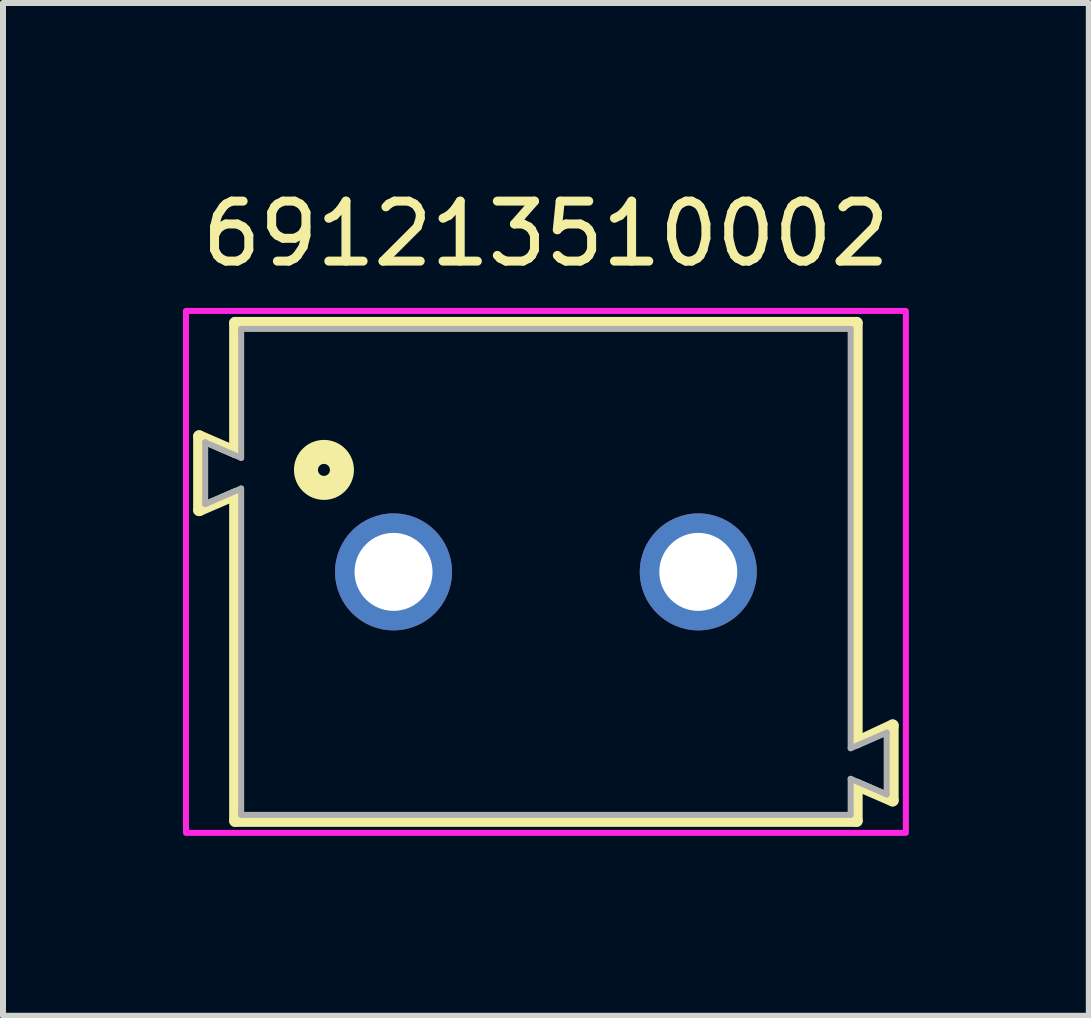
<source format=kicad_pcb>
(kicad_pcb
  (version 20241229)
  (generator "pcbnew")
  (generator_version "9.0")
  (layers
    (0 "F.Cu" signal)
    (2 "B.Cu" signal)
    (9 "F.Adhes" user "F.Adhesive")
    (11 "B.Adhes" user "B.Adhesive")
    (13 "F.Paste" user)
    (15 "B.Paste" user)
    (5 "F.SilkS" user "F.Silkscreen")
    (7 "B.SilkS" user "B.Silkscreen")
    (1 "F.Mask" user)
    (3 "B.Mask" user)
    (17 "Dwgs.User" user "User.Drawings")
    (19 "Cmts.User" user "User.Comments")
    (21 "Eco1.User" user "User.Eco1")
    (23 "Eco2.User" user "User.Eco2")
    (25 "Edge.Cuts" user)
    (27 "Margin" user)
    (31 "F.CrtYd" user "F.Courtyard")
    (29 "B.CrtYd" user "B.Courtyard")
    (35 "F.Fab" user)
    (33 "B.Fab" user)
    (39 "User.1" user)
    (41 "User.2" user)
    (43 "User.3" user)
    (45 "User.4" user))
  (footprint "691213510002"
    (layer "F.Cu")
    (at 6.05 6.483)
    (property "Reference" "691213510002" (at 0 -5.635 0) (layer "F.SilkS") (effects (font (size 1 1) (thickness 0.15))))
    (attr through_hole)
    (fp_line (start -5.78 -2.26) (end -5.18 -2) (stroke (width 0.2) (type solid)) (layer "F.SilkS"))
    (fp_line (start -5.78 -1.03) (end -5.78 -2.26) (stroke (width 0.2) (type solid)) (layer "F.SilkS"))
    (fp_line (start -5.18 -4.15) (end 5.18 -4.15) (stroke (width 0.2) (type solid)) (layer "F.SilkS"))
    (fp_line (start -5.18 -2) (end -5.18 -4.15) (stroke (width 0.2) (type solid)) (layer "F.SilkS"))
    (fp_line (start -5.18 -1.29) (end -5.78 -1.03) (stroke (width 0.2) (type solid)) (layer "F.SilkS"))
    (fp_line (start -5.18 4.15) (end -5.18 -1.29) (stroke (width 0.2) (type solid)) (layer "F.SilkS"))
    (fp_line (start 5.18 -4.15) (end 5.18 2.84) (stroke (width 0.2) (type solid)) (layer "F.SilkS"))
    (fp_line (start 5.18 2.84) (end 5.78 2.56) (stroke (width 0.2) (type solid)) (layer "F.SilkS"))
    (fp_line (start 5.18 3.55) (end 5.18 4.15) (stroke (width 0.2) (type solid)) (layer "F.SilkS"))
    (fp_line (start 5.18 4.15) (end -5.18 4.15) (stroke (width 0.2) (type solid)) (layer "F.SilkS"))
    (fp_line (start 5.78 2.56) (end 5.78 3.81) (stroke (width 0.2) (type solid)) (layer "F.SilkS"))
    (fp_line (start 5.78 3.81) (end 5.18 3.55) (stroke (width 0.2) (type solid)) (layer "F.SilkS"))
    (fp_circle (center -3.7 -1.7) (end -3.6 -1.7) (stroke (width 0.4) (type solid)) (fill no) (layer "F.SilkS"))
    (fp_poly (pts (xy -6 -4.35) (xy 6 -4.35) (xy 6 4.35) (xy -6 4.35)) (stroke (width 0.1) (type solid)) (fill no) (layer "F.CrtYd"))
    (fp_line (start -5.68 -2.16) (end -5.68 -1.13) (stroke (width 0.1) (type solid)) (layer "F.Fab"))
    (fp_line (start -5.68 -1.13) (end -5.08 -1.39) (stroke (width 0.1) (type solid)) (layer "F.Fab"))
    (fp_line (start -5.08 -4.05) (end -5.08 -1.9) (stroke (width 0.1) (type solid)) (layer "F.Fab"))
    (fp_line (start -5.08 -4.05) (end 5.08 -4.05) (stroke (width 0.1) (type solid)) (layer "F.Fab"))
    (fp_line (start -5.08 -1.9) (end -5.68 -2.16) (stroke (width 0.1) (type solid)) (layer "F.Fab"))
    (fp_line (start -5.08 -1.39) (end -5.08 4.05) (stroke (width 0.1) (type solid)) (layer "F.Fab"))
    (fp_line (start -5.08 4.05) (end 5.08 4.05) (stroke (width 0.1) (type solid)) (layer "F.Fab"))
    (fp_line (start 5.08 -4.05) (end 5.08 2.94) (stroke (width 0.1) (type solid)) (layer "F.Fab"))
    (fp_line (start 5.08 2.94) (end 5.68 2.68) (stroke (width 0.1) (type solid)) (layer "F.Fab"))
    (fp_line (start 5.08 3.45) (end 5.08 4.05) (stroke (width 0.1) (type solid)) (layer "F.Fab"))
    (fp_line (start 5.08 3.45) (end 5.68 3.71) (stroke (width 0.1) (type solid)) (layer "F.Fab"))
    (fp_line (start 5.68 2.68) (end 5.68 3.71) (stroke (width 0.1) (type solid)) (layer "F.Fab"))
    (pad "1" thru_hole circle (at -2.54 0) (size 1.95 1.95) (drill 1.3) (layers "*.Cu" "*.Mask"))
    (pad "2" thru_hole circle (at 2.54 0) (size 1.95 1.95) (drill 1.3) (layers "*.Cu" "*.Mask")))
  (gr_rect
    (start -3 -3)
    (end 15.1 13.883)
    (stroke (width 0.1) (type default))
    (fill no)
    (layer "Edge.Cuts")))
</source>
